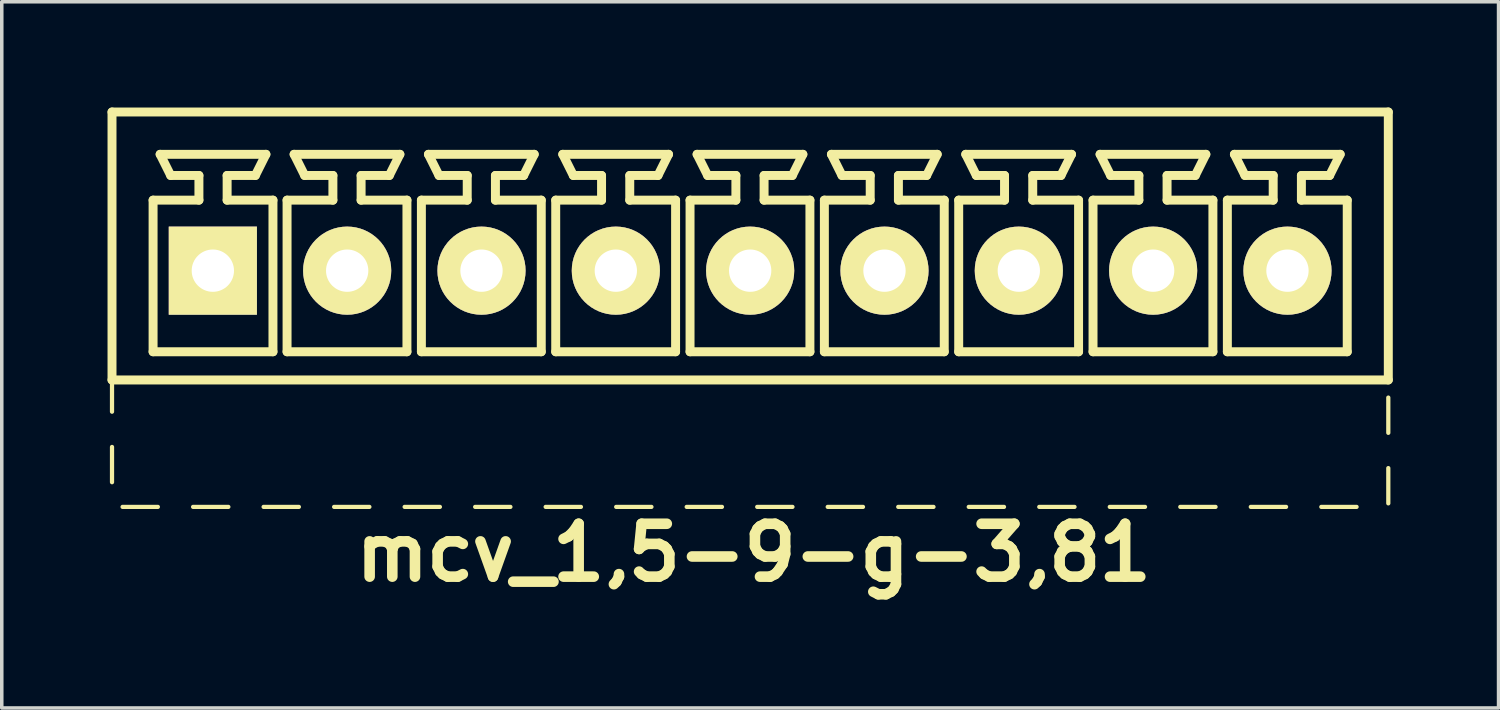
<source format=kicad_pcb>
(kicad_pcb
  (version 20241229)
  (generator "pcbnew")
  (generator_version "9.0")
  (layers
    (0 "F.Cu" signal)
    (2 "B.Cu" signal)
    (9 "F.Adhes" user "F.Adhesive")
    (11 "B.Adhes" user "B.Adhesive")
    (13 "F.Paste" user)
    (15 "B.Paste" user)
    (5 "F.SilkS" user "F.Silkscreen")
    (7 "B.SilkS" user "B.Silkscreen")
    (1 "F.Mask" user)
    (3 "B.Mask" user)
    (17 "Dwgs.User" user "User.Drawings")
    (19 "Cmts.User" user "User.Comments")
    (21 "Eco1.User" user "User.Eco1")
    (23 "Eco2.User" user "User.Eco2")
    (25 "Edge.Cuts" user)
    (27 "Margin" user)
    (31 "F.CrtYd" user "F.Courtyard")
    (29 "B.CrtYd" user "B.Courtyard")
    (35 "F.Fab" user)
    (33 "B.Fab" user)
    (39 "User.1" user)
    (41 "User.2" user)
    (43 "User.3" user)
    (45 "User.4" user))
  (footprint "mcv_1,5-9-g-3,81"
    (layer "F.Cu")
    (at 18.227 4.627)
    (property "Reference" "mcv_1,5-9-g-3,81" (at 0.1 8 0) (layer "F.SilkS") (effects (font (size 1.5 1.5) (thickness 0.3))))
    (attr through_hole)
    (fp_line (start -18.1 -4.5) (end -18.1 3.1) (stroke (width 0.254) (type solid)) (layer "F.SilkS"))
    (fp_line (start -18.1 -4.5) (end 18.1 -4.5) (stroke (width 0.254) (type solid)) (layer "F.SilkS"))
    (fp_line (start -18.1 3.1) (end -18.1 4) (stroke (width 0.12) (type solid)) (layer "F.SilkS"))
    (fp_line (start -18.1 3.1) (end 18.1 3.1) (stroke (width 0.254) (type solid)) (layer "F.SilkS"))
    (fp_line (start -18.1 5) (end -18.1 6) (stroke (width 0.12) (type solid)) (layer "F.SilkS"))
    (fp_line (start -17.8 6.7) (end -16.8 6.7) (stroke (width 0.12) (type solid)) (layer "F.SilkS"))
    (fp_line (start -16.935 -2) (end -15.635 -2) (stroke (width 0.254) (type solid)) (layer "F.SilkS"))
    (fp_line (start -16.935 2.3) (end -16.935 -2) (stroke (width 0.254) (type solid)) (layer "F.SilkS"))
    (fp_line (start -16.735 -3.3) (end -13.735 -3.3) (stroke (width 0.254) (type solid)) (layer "F.SilkS"))
    (fp_line (start -16.435 -2.7) (end -16.735 -3.3) (stroke (width 0.254) (type solid)) (layer "F.SilkS"))
    (fp_line (start -15.8 6.7) (end -14.8 6.7) (stroke (width 0.12) (type solid)) (layer "F.SilkS"))
    (fp_line (start -15.635 -2.7) (end -16.435 -2.7) (stroke (width 0.254) (type solid)) (layer "F.SilkS"))
    (fp_line (start -15.635 -2) (end -15.635 -2.7) (stroke (width 0.254) (type solid)) (layer "F.SilkS"))
    (fp_line (start -14.835 -2.7) (end -14.835 -2) (stroke (width 0.254) (type solid)) (layer "F.SilkS"))
    (fp_line (start -14.835 -2) (end -13.535 -2) (stroke (width 0.254) (type solid)) (layer "F.SilkS"))
    (fp_line (start -14.035 -2.7) (end -14.835 -2.7) (stroke (width 0.254) (type solid)) (layer "F.SilkS"))
    (fp_line (start -14.035 -2.7) (end -13.735 -3.3) (stroke (width 0.254) (type solid)) (layer "F.SilkS"))
    (fp_line (start -13.8 6.7) (end -12.8 6.7) (stroke (width 0.12) (type solid)) (layer "F.SilkS"))
    (fp_line (start -13.535 -2) (end -13.535 2.3) (stroke (width 0.254) (type solid)) (layer "F.SilkS"))
    (fp_line (start -13.535 2.3) (end -16.935 2.3) (stroke (width 0.254) (type solid)) (layer "F.SilkS"))
    (fp_line (start -13.135 -2) (end -11.835 -2) (stroke (width 0.254) (type solid)) (layer "F.SilkS"))
    (fp_line (start -13.135 2.3) (end -13.135 -2) (stroke (width 0.254) (type solid)) (layer "F.SilkS"))
    (fp_line (start -12.935 -3.3) (end -9.935 -3.3) (stroke (width 0.254) (type solid)) (layer "F.SilkS"))
    (fp_line (start -12.635 -2.7) (end -12.935 -3.3) (stroke (width 0.254) (type solid)) (layer "F.SilkS"))
    (fp_line (start -11.835 -2.7) (end -12.635 -2.7) (stroke (width 0.254) (type solid)) (layer "F.SilkS"))
    (fp_line (start -11.835 -2) (end -11.835 -2.7) (stroke (width 0.254) (type solid)) (layer "F.SilkS"))
    (fp_line (start -11.8 6.7) (end -10.8 6.7) (stroke (width 0.12) (type solid)) (layer "F.SilkS"))
    (fp_line (start -11.035 -2.7) (end -11.035 -2) (stroke (width 0.254) (type solid)) (layer "F.SilkS"))
    (fp_line (start -11.035 -2) (end -9.735 -2) (stroke (width 0.254) (type solid)) (layer "F.SilkS"))
    (fp_line (start -10.235 -2.7) (end -11.035 -2.7) (stroke (width 0.254) (type solid)) (layer "F.SilkS"))
    (fp_line (start -10.235 -2.7) (end -9.935 -3.3) (stroke (width 0.254) (type solid)) (layer "F.SilkS"))
    (fp_line (start -9.8 6.7) (end -8.8 6.7) (stroke (width 0.12) (type solid)) (layer "F.SilkS"))
    (fp_line (start -9.735 -2) (end -9.735 2.3) (stroke (width 0.254) (type solid)) (layer "F.SilkS"))
    (fp_line (start -9.735 2.3) (end -13.135 2.3) (stroke (width 0.254) (type solid)) (layer "F.SilkS"))
    (fp_line (start -9.325 -2) (end -8.025 -2) (stroke (width 0.254) (type solid)) (layer "F.SilkS"))
    (fp_line (start -9.325 2.3) (end -9.325 -2) (stroke (width 0.254) (type solid)) (layer "F.SilkS"))
    (fp_line (start -9.125 -3.3) (end -6.125 -3.3) (stroke (width 0.254) (type solid)) (layer "F.SilkS"))
    (fp_line (start -8.825 -2.7) (end -9.125 -3.3) (stroke (width 0.254) (type solid)) (layer "F.SilkS"))
    (fp_line (start -8.025 -2.7) (end -8.825 -2.7) (stroke (width 0.254) (type solid)) (layer "F.SilkS"))
    (fp_line (start -8.025 -2) (end -8.025 -2.7) (stroke (width 0.254) (type solid)) (layer "F.SilkS"))
    (fp_line (start -7.8 6.7) (end -6.8 6.7) (stroke (width 0.12) (type solid)) (layer "F.SilkS"))
    (fp_line (start -7.225 -2.7) (end -7.225 -2) (stroke (width 0.254) (type solid)) (layer "F.SilkS"))
    (fp_line (start -7.225 -2) (end -5.925 -2) (stroke (width 0.254) (type solid)) (layer "F.SilkS"))
    (fp_line (start -6.425 -2.7) (end -7.225 -2.7) (stroke (width 0.254) (type solid)) (layer "F.SilkS"))
    (fp_line (start -6.425 -2.7) (end -6.125 -3.3) (stroke (width 0.254) (type solid)) (layer "F.SilkS"))
    (fp_line (start -5.925 -2) (end -5.925 2.3) (stroke (width 0.254) (type solid)) (layer "F.SilkS"))
    (fp_line (start -5.925 2.3) (end -9.325 2.3) (stroke (width 0.254) (type solid)) (layer "F.SilkS"))
    (fp_line (start -5.8 6.7) (end -4.8 6.7) (stroke (width 0.12) (type solid)) (layer "F.SilkS"))
    (fp_line (start -5.515 -2) (end -4.215 -2) (stroke (width 0.254) (type solid)) (layer "F.SilkS"))
    (fp_line (start -5.515 2.3) (end -5.515 -2) (stroke (width 0.254) (type solid)) (layer "F.SilkS"))
    (fp_line (start -5.315 -3.3) (end -2.315 -3.3) (stroke (width 0.254) (type solid)) (layer "F.SilkS"))
    (fp_line (start -5.015 -2.7) (end -5.315 -3.3) (stroke (width 0.254) (type solid)) (layer "F.SilkS"))
    (fp_line (start -4.215 -2.7) (end -5.015 -2.7) (stroke (width 0.254) (type solid)) (layer "F.SilkS"))
    (fp_line (start -4.215 -2) (end -4.215 -2.7) (stroke (width 0.254) (type solid)) (layer "F.SilkS"))
    (fp_line (start -3.8 6.7) (end -2.8 6.7) (stroke (width 0.12) (type solid)) (layer "F.SilkS"))
    (fp_line (start -3.415 -2.7) (end -3.415 -2) (stroke (width 0.254) (type solid)) (layer "F.SilkS"))
    (fp_line (start -3.415 -2) (end -2.115 -2) (stroke (width 0.254) (type solid)) (layer "F.SilkS"))
    (fp_line (start -2.615 -2.7) (end -3.415 -2.7) (stroke (width 0.254) (type solid)) (layer "F.SilkS"))
    (fp_line (start -2.615 -2.7) (end -2.315 -3.3) (stroke (width 0.254) (type solid)) (layer "F.SilkS"))
    (fp_line (start -2.115 -2) (end -2.115 2.3) (stroke (width 0.254) (type solid)) (layer "F.SilkS"))
    (fp_line (start -2.115 2.3) (end -5.515 2.3) (stroke (width 0.254) (type solid)) (layer "F.SilkS"))
    (fp_line (start -1.8 6.7) (end -0.8 6.7) (stroke (width 0.12) (type solid)) (layer "F.SilkS"))
    (fp_line (start -1.705 -2) (end -0.405 -2) (stroke (width 0.254) (type solid)) (layer "F.SilkS"))
    (fp_line (start -1.705 2.3) (end -1.705 -2) (stroke (width 0.254) (type solid)) (layer "F.SilkS"))
    (fp_line (start -1.505 -3.3) (end 1.495 -3.3) (stroke (width 0.254) (type solid)) (layer "F.SilkS"))
    (fp_line (start -1.205 -2.7) (end -1.505 -3.3) (stroke (width 0.254) (type solid)) (layer "F.SilkS"))
    (fp_line (start -0.405 -2.7) (end -1.205 -2.7) (stroke (width 0.254) (type solid)) (layer "F.SilkS"))
    (fp_line (start -0.405 -2) (end -0.405 -2.7) (stroke (width 0.254) (type solid)) (layer "F.SilkS"))
    (fp_line (start 0.2 6.7) (end 1.2 6.7) (stroke (width 0.12) (type solid)) (layer "F.SilkS"))
    (fp_line (start 0.395 -2.7) (end 0.395 -2) (stroke (width 0.254) (type solid)) (layer "F.SilkS"))
    (fp_line (start 0.395 -2) (end 1.695 -2) (stroke (width 0.254) (type solid)) (layer "F.SilkS"))
    (fp_line (start 1.195 -2.7) (end 0.395 -2.7) (stroke (width 0.254) (type solid)) (layer "F.SilkS"))
    (fp_line (start 1.195 -2.7) (end 1.495 -3.3) (stroke (width 0.254) (type solid)) (layer "F.SilkS"))
    (fp_line (start 1.695 -2) (end 1.695 2.3) (stroke (width 0.254) (type solid)) (layer "F.SilkS"))
    (fp_line (start 1.695 2.3) (end -1.705 2.3) (stroke (width 0.254) (type solid)) (layer "F.SilkS"))
    (fp_line (start 2.105 -2) (end 3.405 -2) (stroke (width 0.254) (type solid)) (layer "F.SilkS"))
    (fp_line (start 2.105 2.3) (end 2.105 -2) (stroke (width 0.254) (type solid)) (layer "F.SilkS"))
    (fp_line (start 2.2 6.7) (end 3.2 6.7) (stroke (width 0.12) (type solid)) (layer "F.SilkS"))
    (fp_line (start 2.305 -3.3) (end 5.305 -3.3) (stroke (width 0.254) (type solid)) (layer "F.SilkS"))
    (fp_line (start 2.605 -2.7) (end 2.305 -3.3) (stroke (width 0.254) (type solid)) (layer "F.SilkS"))
    (fp_line (start 3.405 -2.7) (end 2.605 -2.7) (stroke (width 0.254) (type solid)) (layer "F.SilkS"))
    (fp_line (start 3.405 -2) (end 3.405 -2.7) (stroke (width 0.254) (type solid)) (layer "F.SilkS"))
    (fp_line (start 4.2 6.7) (end 5.2 6.7) (stroke (width 0.12) (type solid)) (layer "F.SilkS"))
    (fp_line (start 4.205 -2.7) (end 4.205 -2) (stroke (width 0.254) (type solid)) (layer "F.SilkS"))
    (fp_line (start 4.205 -2) (end 5.505 -2) (stroke (width 0.254) (type solid)) (layer "F.SilkS"))
    (fp_line (start 5.005 -2.7) (end 4.205 -2.7) (stroke (width 0.254) (type solid)) (layer "F.SilkS"))
    (fp_line (start 5.005 -2.7) (end 5.305 -3.3) (stroke (width 0.254) (type solid)) (layer "F.SilkS"))
    (fp_line (start 5.505 -2) (end 5.505 2.3) (stroke (width 0.254) (type solid)) (layer "F.SilkS"))
    (fp_line (start 5.505 2.3) (end 2.105 2.3) (stroke (width 0.254) (type solid)) (layer "F.SilkS"))
    (fp_line (start 5.915 -2) (end 7.215 -2) (stroke (width 0.254) (type solid)) (layer "F.SilkS"))
    (fp_line (start 5.915 2.3) (end 5.915 -2) (stroke (width 0.254) (type solid)) (layer "F.SilkS"))
    (fp_line (start 6.115 -3.3) (end 9.115 -3.3) (stroke (width 0.254) (type solid)) (layer "F.SilkS"))
    (fp_line (start 6.2 6.7) (end 7.2 6.7) (stroke (width 0.12) (type solid)) (layer "F.SilkS"))
    (fp_line (start 6.415 -2.7) (end 6.115 -3.3) (stroke (width 0.254) (type solid)) (layer "F.SilkS"))
    (fp_line (start 7.215 -2.7) (end 6.415 -2.7) (stroke (width 0.254) (type solid)) (layer "F.SilkS"))
    (fp_line (start 7.215 -2) (end 7.215 -2.7) (stroke (width 0.254) (type solid)) (layer "F.SilkS"))
    (fp_line (start 8.015 -2.7) (end 8.015 -2) (stroke (width 0.254) (type solid)) (layer "F.SilkS"))
    (fp_line (start 8.015 -2) (end 9.315 -2) (stroke (width 0.254) (type solid)) (layer "F.SilkS"))
    (fp_line (start 8.2 6.7) (end 9.2 6.7) (stroke (width 0.12) (type solid)) (layer "F.SilkS"))
    (fp_line (start 8.815 -2.7) (end 8.015 -2.7) (stroke (width 0.254) (type solid)) (layer "F.SilkS"))
    (fp_line (start 8.815 -2.7) (end 9.115 -3.3) (stroke (width 0.254) (type solid)) (layer "F.SilkS"))
    (fp_line (start 9.315 -2) (end 9.315 2.3) (stroke (width 0.254) (type solid)) (layer "F.SilkS"))
    (fp_line (start 9.315 2.3) (end 5.915 2.3) (stroke (width 0.254) (type solid)) (layer "F.SilkS"))
    (fp_line (start 9.725 -2) (end 11.025 -2) (stroke (width 0.254) (type solid)) (layer "F.SilkS"))
    (fp_line (start 9.725 2.3) (end 9.725 -2) (stroke (width 0.254) (type solid)) (layer "F.SilkS"))
    (fp_line (start 9.925 -3.3) (end 12.925 -3.3) (stroke (width 0.254) (type solid)) (layer "F.SilkS"))
    (fp_line (start 10.2 6.7) (end 11.2 6.7) (stroke (width 0.12) (type solid)) (layer "F.SilkS"))
    (fp_line (start 10.225 -2.7) (end 9.925 -3.3) (stroke (width 0.254) (type solid)) (layer "F.SilkS"))
    (fp_line (start 11.025 -2.7) (end 10.225 -2.7) (stroke (width 0.254) (type solid)) (layer "F.SilkS"))
    (fp_line (start 11.025 -2) (end 11.025 -2.7) (stroke (width 0.254) (type solid)) (layer "F.SilkS"))
    (fp_line (start 11.825 -2.7) (end 11.825 -2) (stroke (width 0.254) (type solid)) (layer "F.SilkS"))
    (fp_line (start 11.825 -2) (end 13.125 -2) (stroke (width 0.254) (type solid)) (layer "F.SilkS"))
    (fp_line (start 12.2 6.7) (end 13.2 6.7) (stroke (width 0.12) (type solid)) (layer "F.SilkS"))
    (fp_line (start 12.625 -2.7) (end 11.825 -2.7) (stroke (width 0.254) (type solid)) (layer "F.SilkS"))
    (fp_line (start 12.625 -2.7) (end 12.925 -3.3) (stroke (width 0.254) (type solid)) (layer "F.SilkS"))
    (fp_line (start 13.125 -2) (end 13.125 2.3) (stroke (width 0.254) (type solid)) (layer "F.SilkS"))
    (fp_line (start 13.125 2.3) (end 9.725 2.3) (stroke (width 0.254) (type solid)) (layer "F.SilkS"))
    (fp_line (start 13.535 -2) (end 14.835 -2) (stroke (width 0.254) (type solid)) (layer "F.SilkS"))
    (fp_line (start 13.535 2.3) (end 13.535 -2) (stroke (width 0.254) (type solid)) (layer "F.SilkS"))
    (fp_line (start 13.735 -3.3) (end 16.735 -3.3) (stroke (width 0.254) (type solid)) (layer "F.SilkS"))
    (fp_line (start 14.035 -2.7) (end 13.735 -3.3) (stroke (width 0.254) (type solid)) (layer "F.SilkS"))
    (fp_line (start 14.2 6.7) (end 15.2 6.7) (stroke (width 0.12) (type solid)) (layer "F.SilkS"))
    (fp_line (start 14.835 -2.7) (end 14.035 -2.7) (stroke (width 0.254) (type solid)) (layer "F.SilkS"))
    (fp_line (start 14.835 -2) (end 14.835 -2.7) (stroke (width 0.254) (type solid)) (layer "F.SilkS"))
    (fp_line (start 15.635 -2.7) (end 15.635 -2) (stroke (width 0.254) (type solid)) (layer "F.SilkS"))
    (fp_line (start 15.635 -2) (end 16.935 -2) (stroke (width 0.254) (type solid)) (layer "F.SilkS"))
    (fp_line (start 16.2 6.7) (end 17.2 6.7) (stroke (width 0.12) (type solid)) (layer "F.SilkS"))
    (fp_line (start 16.435 -2.7) (end 15.635 -2.7) (stroke (width 0.254) (type solid)) (layer "F.SilkS"))
    (fp_line (start 16.435 -2.7) (end 16.735 -3.3) (stroke (width 0.254) (type solid)) (layer "F.SilkS"))
    (fp_line (start 16.935 -2) (end 16.935 2.3) (stroke (width 0.254) (type solid)) (layer "F.SilkS"))
    (fp_line (start 16.935 2.3) (end 13.535 2.3) (stroke (width 0.254) (type solid)) (layer "F.SilkS"))
    (fp_line (start 18.1 -4.5) (end 18.1 3.1) (stroke (width 0.254) (type solid)) (layer "F.SilkS"))
    (fp_line (start 18.1 4.6) (end 18.1 3.6) (stroke (width 0.12) (type solid)) (layer "F.SilkS"))
    (fp_line (start 18.1 6.6) (end 18.1 5.6) (stroke (width 0.12) (type solid)) (layer "F.SilkS"))
    (pad "1" thru_hole rect (at -15.24 0) (size 2.5 2.5) (drill 1.2) (layers "*.Cu" "*.Mask" "F.SilkS"))
    (pad "2" thru_hole circle (at -11.43 0) (size 2.5 2.5) (drill 1.2) (layers "*.Cu" "*.Mask" "F.SilkS"))
    (pad "3" thru_hole circle (at -7.62 0) (size 2.5 2.5) (drill 1.2) (layers "*.Cu" "*.Mask" "F.SilkS"))
    (pad "4" thru_hole circle (at -3.81 0) (size 2.5 2.5) (drill 1.2) (layers "*.Cu" "*.Mask" "F.SilkS"))
    (pad "5" thru_hole circle (at 0 0) (size 2.5 2.5) (drill 1.2) (layers "*.Cu" "*.Mask" "F.SilkS"))
    (pad "6" thru_hole circle (at 3.81 0) (size 2.5 2.5) (drill 1.2) (layers "*.Cu" "*.Mask" "F.SilkS"))
    (pad "7" thru_hole circle (at 7.62 0) (size 2.5 2.5) (drill 1.2) (layers "*.Cu" "*.Mask" "F.SilkS"))
    (pad "8" thru_hole circle (at 11.43 0) (size 2.5 2.5) (drill 1.2) (layers "*.Cu" "*.Mask" "F.SilkS"))
    (pad "9" thru_hole circle (at 15.24 0) (size 2.5 2.5) (drill 1.2) (layers "*.Cu" "*.Mask" "F.SilkS")))
  (gr_rect
    (start -3 -3)
    (end 39.454 17.031)
    (stroke (width 0.1) (type default))
    (fill no)
    (layer "Edge.Cuts")))
</source>
